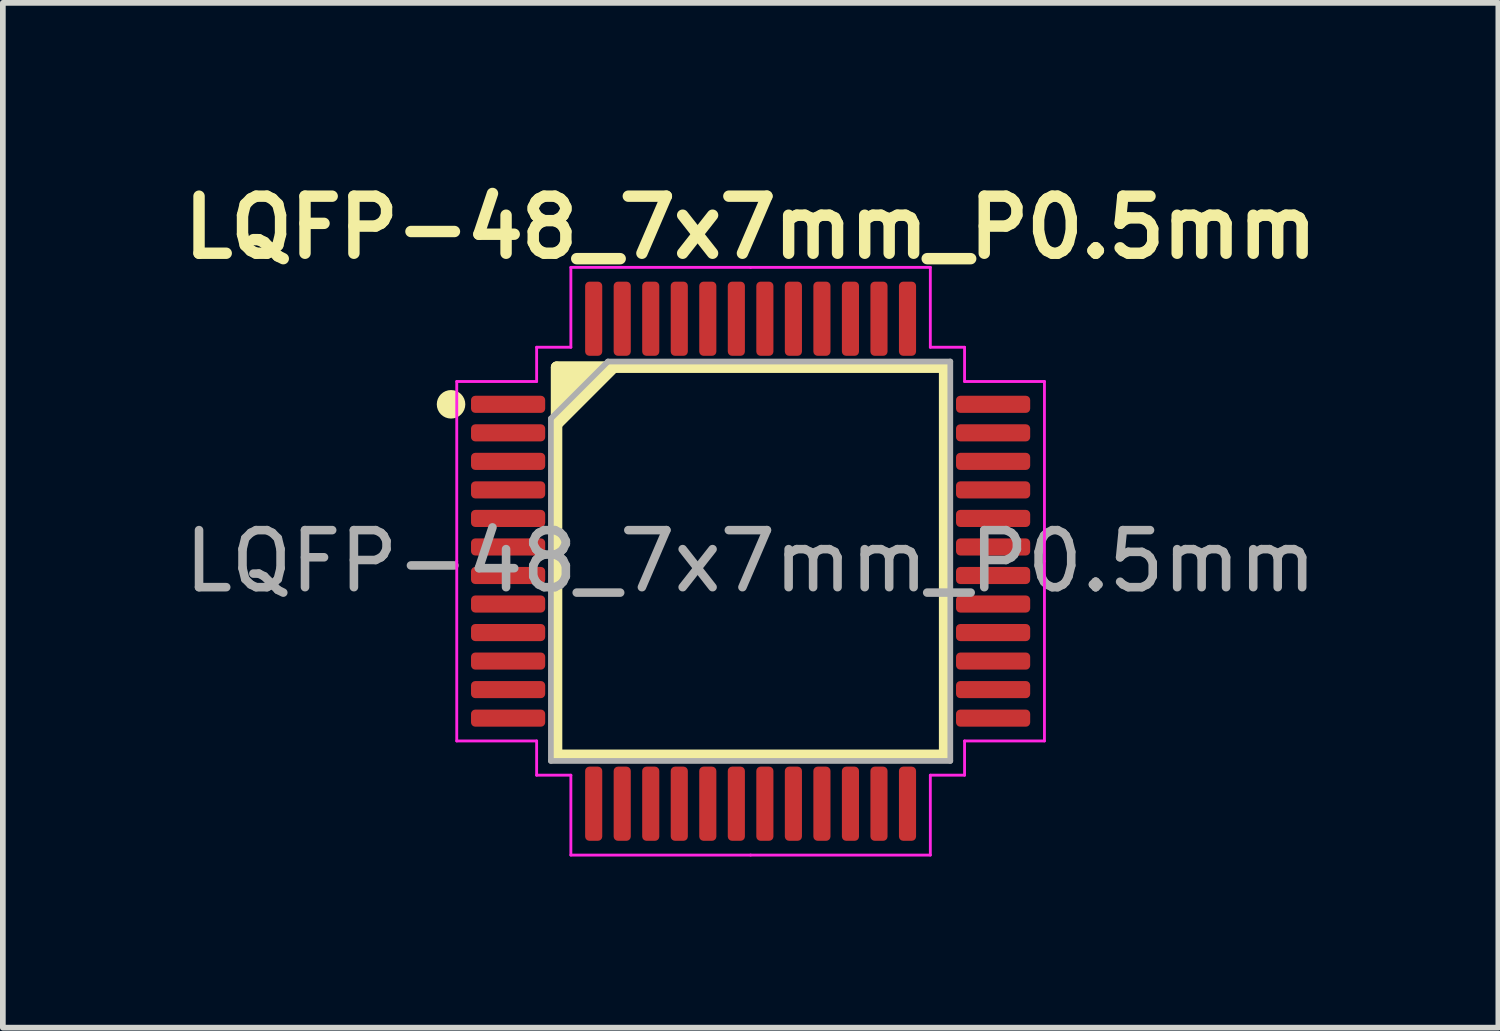
<source format=kicad_pcb>
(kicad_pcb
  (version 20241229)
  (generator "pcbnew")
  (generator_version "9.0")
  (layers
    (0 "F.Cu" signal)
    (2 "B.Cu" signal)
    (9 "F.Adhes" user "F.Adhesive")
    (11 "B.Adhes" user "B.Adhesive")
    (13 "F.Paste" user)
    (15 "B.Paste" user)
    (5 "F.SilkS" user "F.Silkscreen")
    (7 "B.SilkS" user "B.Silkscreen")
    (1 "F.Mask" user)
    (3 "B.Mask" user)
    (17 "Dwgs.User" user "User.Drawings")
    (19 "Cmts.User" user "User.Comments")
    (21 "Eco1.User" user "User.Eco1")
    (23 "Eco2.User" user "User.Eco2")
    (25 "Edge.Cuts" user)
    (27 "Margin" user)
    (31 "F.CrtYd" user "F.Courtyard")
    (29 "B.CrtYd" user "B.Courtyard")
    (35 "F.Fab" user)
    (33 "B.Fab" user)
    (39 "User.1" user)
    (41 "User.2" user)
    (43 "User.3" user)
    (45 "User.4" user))
  (footprint "LQFP-48_7x7mm_P0.5mm"
    (layer "F.Cu")
    (at 10.105 6.786)
    (property "Reference" "LQFP-48_7x7mm_P0.5mm" (at 0 -5.85 0) (layer "F.SilkS") (effects (font (size 1 1) (thickness 0.2))))
    (attr smd)
    (fp_line (start -3.4 -3.4) (end 3.4 -3.4) (stroke (width 0.2) (type solid)) (layer "F.SilkS"))
    (fp_line (start -3.4 3.4) (end -3.4 -3.4) (stroke (width 0.2) (type solid)) (layer "F.SilkS"))
    (fp_line (start 3.4 -3.4) (end 3.4 3.4) (stroke (width 0.2) (type solid)) (layer "F.SilkS"))
    (fp_line (start 3.4 3.4) (end -3.4 3.4) (stroke (width 0.2) (type solid)) (layer "F.SilkS"))
    (fp_circle (center -5.25 -2.75) (end -5.125 -2.75) (stroke (width 0.25) (type solid)) (fill no) (layer "F.SilkS"))
    (fp_poly (pts (xy -3.4 -2.4) (xy -3.4 -3.4) (xy -2.4 -3.4)) (stroke (width 0.2) (type solid)) (fill yes) (layer "F.SilkS"))
    (fp_line (start -5.15 -3.15) (end -5.15 0) (stroke (width 0.05) (type solid)) (layer "F.CrtYd"))
    (fp_line (start -5.15 3.15) (end -5.15 0) (stroke (width 0.05) (type solid)) (layer "F.CrtYd"))
    (fp_line (start -3.75 -3.75) (end -3.75 -3.15) (stroke (width 0.05) (type solid)) (layer "F.CrtYd"))
    (fp_line (start -3.75 -3.15) (end -5.15 -3.15) (stroke (width 0.05) (type solid)) (layer "F.CrtYd"))
    (fp_line (start -3.75 3.15) (end -5.15 3.15) (stroke (width 0.05) (type solid)) (layer "F.CrtYd"))
    (fp_line (start -3.75 3.75) (end -3.75 3.15) (stroke (width 0.05) (type solid)) (layer "F.CrtYd"))
    (fp_line (start -3.15 -5.15) (end -3.15 -3.75) (stroke (width 0.05) (type solid)) (layer "F.CrtYd"))
    (fp_line (start -3.15 -3.75) (end -3.75 -3.75) (stroke (width 0.05) (type solid)) (layer "F.CrtYd"))
    (fp_line (start -3.15 3.75) (end -3.75 3.75) (stroke (width 0.05) (type solid)) (layer "F.CrtYd"))
    (fp_line (start -3.15 5.15) (end -3.15 3.75) (stroke (width 0.05) (type solid)) (layer "F.CrtYd"))
    (fp_line (start 0 -5.15) (end -3.15 -5.15) (stroke (width 0.05) (type solid)) (layer "F.CrtYd"))
    (fp_line (start 0 -5.15) (end 3.15 -5.15) (stroke (width 0.05) (type solid)) (layer "F.CrtYd"))
    (fp_line (start 0 5.15) (end -3.15 5.15) (stroke (width 0.05) (type solid)) (layer "F.CrtYd"))
    (fp_line (start 0 5.15) (end 3.15 5.15) (stroke (width 0.05) (type solid)) (layer "F.CrtYd"))
    (fp_line (start 3.15 -5.15) (end 3.15 -3.75) (stroke (width 0.05) (type solid)) (layer "F.CrtYd"))
    (fp_line (start 3.15 -3.75) (end 3.75 -3.75) (stroke (width 0.05) (type solid)) (layer "F.CrtYd"))
    (fp_line (start 3.15 3.75) (end 3.75 3.75) (stroke (width 0.05) (type solid)) (layer "F.CrtYd"))
    (fp_line (start 3.15 5.15) (end 3.15 3.75) (stroke (width 0.05) (type solid)) (layer "F.CrtYd"))
    (fp_line (start 3.75 -3.75) (end 3.75 -3.15) (stroke (width 0.05) (type solid)) (layer "F.CrtYd"))
    (fp_line (start 3.75 -3.15) (end 5.15 -3.15) (stroke (width 0.05) (type solid)) (layer "F.CrtYd"))
    (fp_line (start 3.75 3.15) (end 5.15 3.15) (stroke (width 0.05) (type solid)) (layer "F.CrtYd"))
    (fp_line (start 3.75 3.75) (end 3.75 3.15) (stroke (width 0.05) (type solid)) (layer "F.CrtYd"))
    (fp_line (start 5.15 -3.15) (end 5.15 0) (stroke (width 0.05) (type solid)) (layer "F.CrtYd"))
    (fp_line (start 5.15 3.15) (end 5.15 0) (stroke (width 0.05) (type solid)) (layer "F.CrtYd"))
    (fp_line (start -3.5 -2.5) (end -2.5 -3.5) (stroke (width 0.1) (type solid)) (layer "F.Fab"))
    (fp_line (start -3.5 3.5) (end -3.5 -2.5) (stroke (width 0.1) (type solid)) (layer "F.Fab"))
    (fp_line (start -2.5 -3.5) (end 3.5 -3.5) (stroke (width 0.1) (type solid)) (layer "F.Fab"))
    (fp_line (start 3.5 -3.5) (end 3.5 3.5) (stroke (width 0.1) (type solid)) (layer "F.Fab"))
    (fp_line (start 3.5 3.5) (end -3.5 3.5) (stroke (width 0.1) (type solid)) (layer "F.Fab"))
    (fp_text user "${REFERENCE}" (at 0 0 0) (layer "F.Fab") (effects (font (size 1 1) (thickness 0.15))))
    (pad "1" smd roundrect (at -4.25 -2.75) (size 1.3 0.3) (layers "F.Cu" "F.Mask" "F.Paste") (roundrect_rratio 0.25))
    (pad "2" smd roundrect (at -4.25 -2.25) (size 1.3 0.3) (layers "F.Cu" "F.Mask" "F.Paste") (roundrect_rratio 0.25))
    (pad "3" smd roundrect (at -4.25 -1.75) (size 1.3 0.3) (layers "F.Cu" "F.Mask" "F.Paste") (roundrect_rratio 0.25))
    (pad "4" smd roundrect (at -4.25 -1.25) (size 1.3 0.3) (layers "F.Cu" "F.Mask" "F.Paste") (roundrect_rratio 0.25))
    (pad "5" smd roundrect (at -4.25 -0.75) (size 1.3 0.3) (layers "F.Cu" "F.Mask" "F.Paste") (roundrect_rratio 0.25))
    (pad "6" smd roundrect (at -4.25 -0.25) (size 1.3 0.3) (layers "F.Cu" "F.Mask" "F.Paste") (roundrect_rratio 0.25))
    (pad "7" smd roundrect (at -4.25 0.25) (size 1.3 0.3) (layers "F.Cu" "F.Mask" "F.Paste") (roundrect_rratio 0.25))
    (pad "8" smd roundrect (at -4.25 0.75) (size 1.3 0.3) (layers "F.Cu" "F.Mask" "F.Paste") (roundrect_rratio 0.25))
    (pad "9" smd roundrect (at -4.25 1.25) (size 1.3 0.3) (layers "F.Cu" "F.Mask" "F.Paste") (roundrect_rratio 0.25))
    (pad "10" smd roundrect (at -4.25 1.75) (size 1.3 0.3) (layers "F.Cu" "F.Mask" "F.Paste") (roundrect_rratio 0.25))
    (pad "11" smd roundrect (at -4.25 2.25) (size 1.3 0.3) (layers "F.Cu" "F.Mask" "F.Paste") (roundrect_rratio 0.25))
    (pad "12" smd roundrect (at -4.25 2.75) (size 1.3 0.3) (layers "F.Cu" "F.Mask" "F.Paste") (roundrect_rratio 0.25))
    (pad "13" smd roundrect (at -2.75 4.25 90) (size 1.3 0.3) (layers "F.Cu" "F.Mask" "F.Paste") (roundrect_rratio 0.25))
    (pad "14" smd roundrect (at -2.25 4.25 90) (size 1.3 0.3) (layers "F.Cu" "F.Mask" "F.Paste") (roundrect_rratio 0.25))
    (pad "15" smd roundrect (at -1.75 4.25 90) (size 1.3 0.3) (layers "F.Cu" "F.Mask" "F.Paste") (roundrect_rratio 0.25))
    (pad "16" smd roundrect (at -1.25 4.25 90) (size 1.3 0.3) (layers "F.Cu" "F.Mask" "F.Paste") (roundrect_rratio 0.25))
    (pad "17" smd roundrect (at -0.75 4.25 90) (size 1.3 0.3) (layers "F.Cu" "F.Mask" "F.Paste") (roundrect_rratio 0.25))
    (pad "18" smd roundrect (at -0.25 4.25 90) (size 1.3 0.3) (layers "F.Cu" "F.Mask" "F.Paste") (roundrect_rratio 0.25))
    (pad "19" smd roundrect (at 0.25 4.25 90) (size 1.3 0.3) (layers "F.Cu" "F.Mask" "F.Paste") (roundrect_rratio 0.25))
    (pad "20" smd roundrect (at 0.75 4.25 90) (size 1.3 0.3) (layers "F.Cu" "F.Mask" "F.Paste") (roundrect_rratio 0.25))
    (pad "21" smd roundrect (at 1.25 4.25 90) (size 1.3 0.3) (layers "F.Cu" "F.Mask" "F.Paste") (roundrect_rratio 0.25))
    (pad "22" smd roundrect (at 1.75 4.25 90) (size 1.3 0.3) (layers "F.Cu" "F.Mask" "F.Paste") (roundrect_rratio 0.25))
    (pad "23" smd roundrect (at 2.25 4.25 90) (size 1.3 0.3) (layers "F.Cu" "F.Mask" "F.Paste") (roundrect_rratio 0.25))
    (pad "24" smd roundrect (at 2.75 4.25 90) (size 1.3 0.3) (layers "F.Cu" "F.Mask" "F.Paste") (roundrect_rratio 0.25))
    (pad "25" smd roundrect (at 4.25 2.75) (size 1.3 0.3) (layers "F.Cu" "F.Mask" "F.Paste") (roundrect_rratio 0.25))
    (pad "26" smd roundrect (at 4.25 2.25) (size 1.3 0.3) (layers "F.Cu" "F.Mask" "F.Paste") (roundrect_rratio 0.25))
    (pad "27" smd roundrect (at 4.25 1.75) (size 1.3 0.3) (layers "F.Cu" "F.Mask" "F.Paste") (roundrect_rratio 0.25))
    (pad "28" smd roundrect (at 4.25 1.25) (size 1.3 0.3) (layers "F.Cu" "F.Mask" "F.Paste") (roundrect_rratio 0.25))
    (pad "29" smd roundrect (at 4.25 0.75) (size 1.3 0.3) (layers "F.Cu" "F.Mask" "F.Paste") (roundrect_rratio 0.25))
    (pad "30" smd roundrect (at 4.25 0.25) (size 1.3 0.3) (layers "F.Cu" "F.Mask" "F.Paste") (roundrect_rratio 0.25))
    (pad "31" smd roundrect (at 4.25 -0.25) (size 1.3 0.3) (layers "F.Cu" "F.Mask" "F.Paste") (roundrect_rratio 0.25))
    (pad "32" smd roundrect (at 4.25 -0.75) (size 1.3 0.3) (layers "F.Cu" "F.Mask" "F.Paste") (roundrect_rratio 0.25))
    (pad "33" smd roundrect (at 4.25 -1.25) (size 1.3 0.3) (layers "F.Cu" "F.Mask" "F.Paste") (roundrect_rratio 0.25))
    (pad "34" smd roundrect (at 4.25 -1.75) (size 1.3 0.3) (layers "F.Cu" "F.Mask" "F.Paste") (roundrect_rratio 0.25))
    (pad "35" smd roundrect (at 4.25 -2.25) (size 1.3 0.3) (layers "F.Cu" "F.Mask" "F.Paste") (roundrect_rratio 0.25))
    (pad "36" smd roundrect (at 4.25 -2.75) (size 1.3 0.3) (layers "F.Cu" "F.Mask" "F.Paste") (roundrect_rratio 0.25))
    (pad "37" smd roundrect (at 2.75 -4.25 90) (size 1.3 0.3) (layers "F.Cu" "F.Mask" "F.Paste") (roundrect_rratio 0.25))
    (pad "38" smd roundrect (at 2.25 -4.25 90) (size 1.3 0.3) (layers "F.Cu" "F.Mask" "F.Paste") (roundrect_rratio 0.25))
    (pad "39" smd roundrect (at 1.75 -4.25 90) (size 1.3 0.3) (layers "F.Cu" "F.Mask" "F.Paste") (roundrect_rratio 0.25))
    (pad "40" smd roundrect (at 1.25 -4.25 90) (size 1.3 0.3) (layers "F.Cu" "F.Mask" "F.Paste") (roundrect_rratio 0.25))
    (pad "41" smd roundrect (at 0.75 -4.25 90) (size 1.3 0.3) (layers "F.Cu" "F.Mask" "F.Paste") (roundrect_rratio 0.25))
    (pad "42" smd roundrect (at 0.25 -4.25 90) (size 1.3 0.3) (layers "F.Cu" "F.Mask" "F.Paste") (roundrect_rratio 0.25))
    (pad "43" smd roundrect (at -0.25 -4.25 90) (size 1.3 0.3) (layers "F.Cu" "F.Mask" "F.Paste") (roundrect_rratio 0.25))
    (pad "44" smd roundrect (at -0.75 -4.25 90) (size 1.3 0.3) (layers "F.Cu" "F.Mask" "F.Paste") (roundrect_rratio 0.25))
    (pad "45" smd roundrect (at -1.25 -4.25 90) (size 1.3 0.3) (layers "F.Cu" "F.Mask" "F.Paste") (roundrect_rratio 0.25))
    (pad "46" smd roundrect (at -1.75 -4.25 90) (size 1.3 0.3) (layers "F.Cu" "F.Mask" "F.Paste") (roundrect_rratio 0.25))
    (pad "47" smd roundrect (at -2.25 -4.25 90) (size 1.3 0.3) (layers "F.Cu" "F.Mask" "F.Paste") (roundrect_rratio 0.25))
    (pad "48" smd roundrect (at -2.75 -4.25 90) (size 1.3 0.3) (layers "F.Cu" "F.Mask" "F.Paste") (roundrect_rratio 0.25)))
  (gr_rect
    (start -3 -3)
    (end 23.21 14.961)
    (stroke (width 0.1) (type default))
    (fill no)
    (layer "Edge.Cuts")))
</source>
